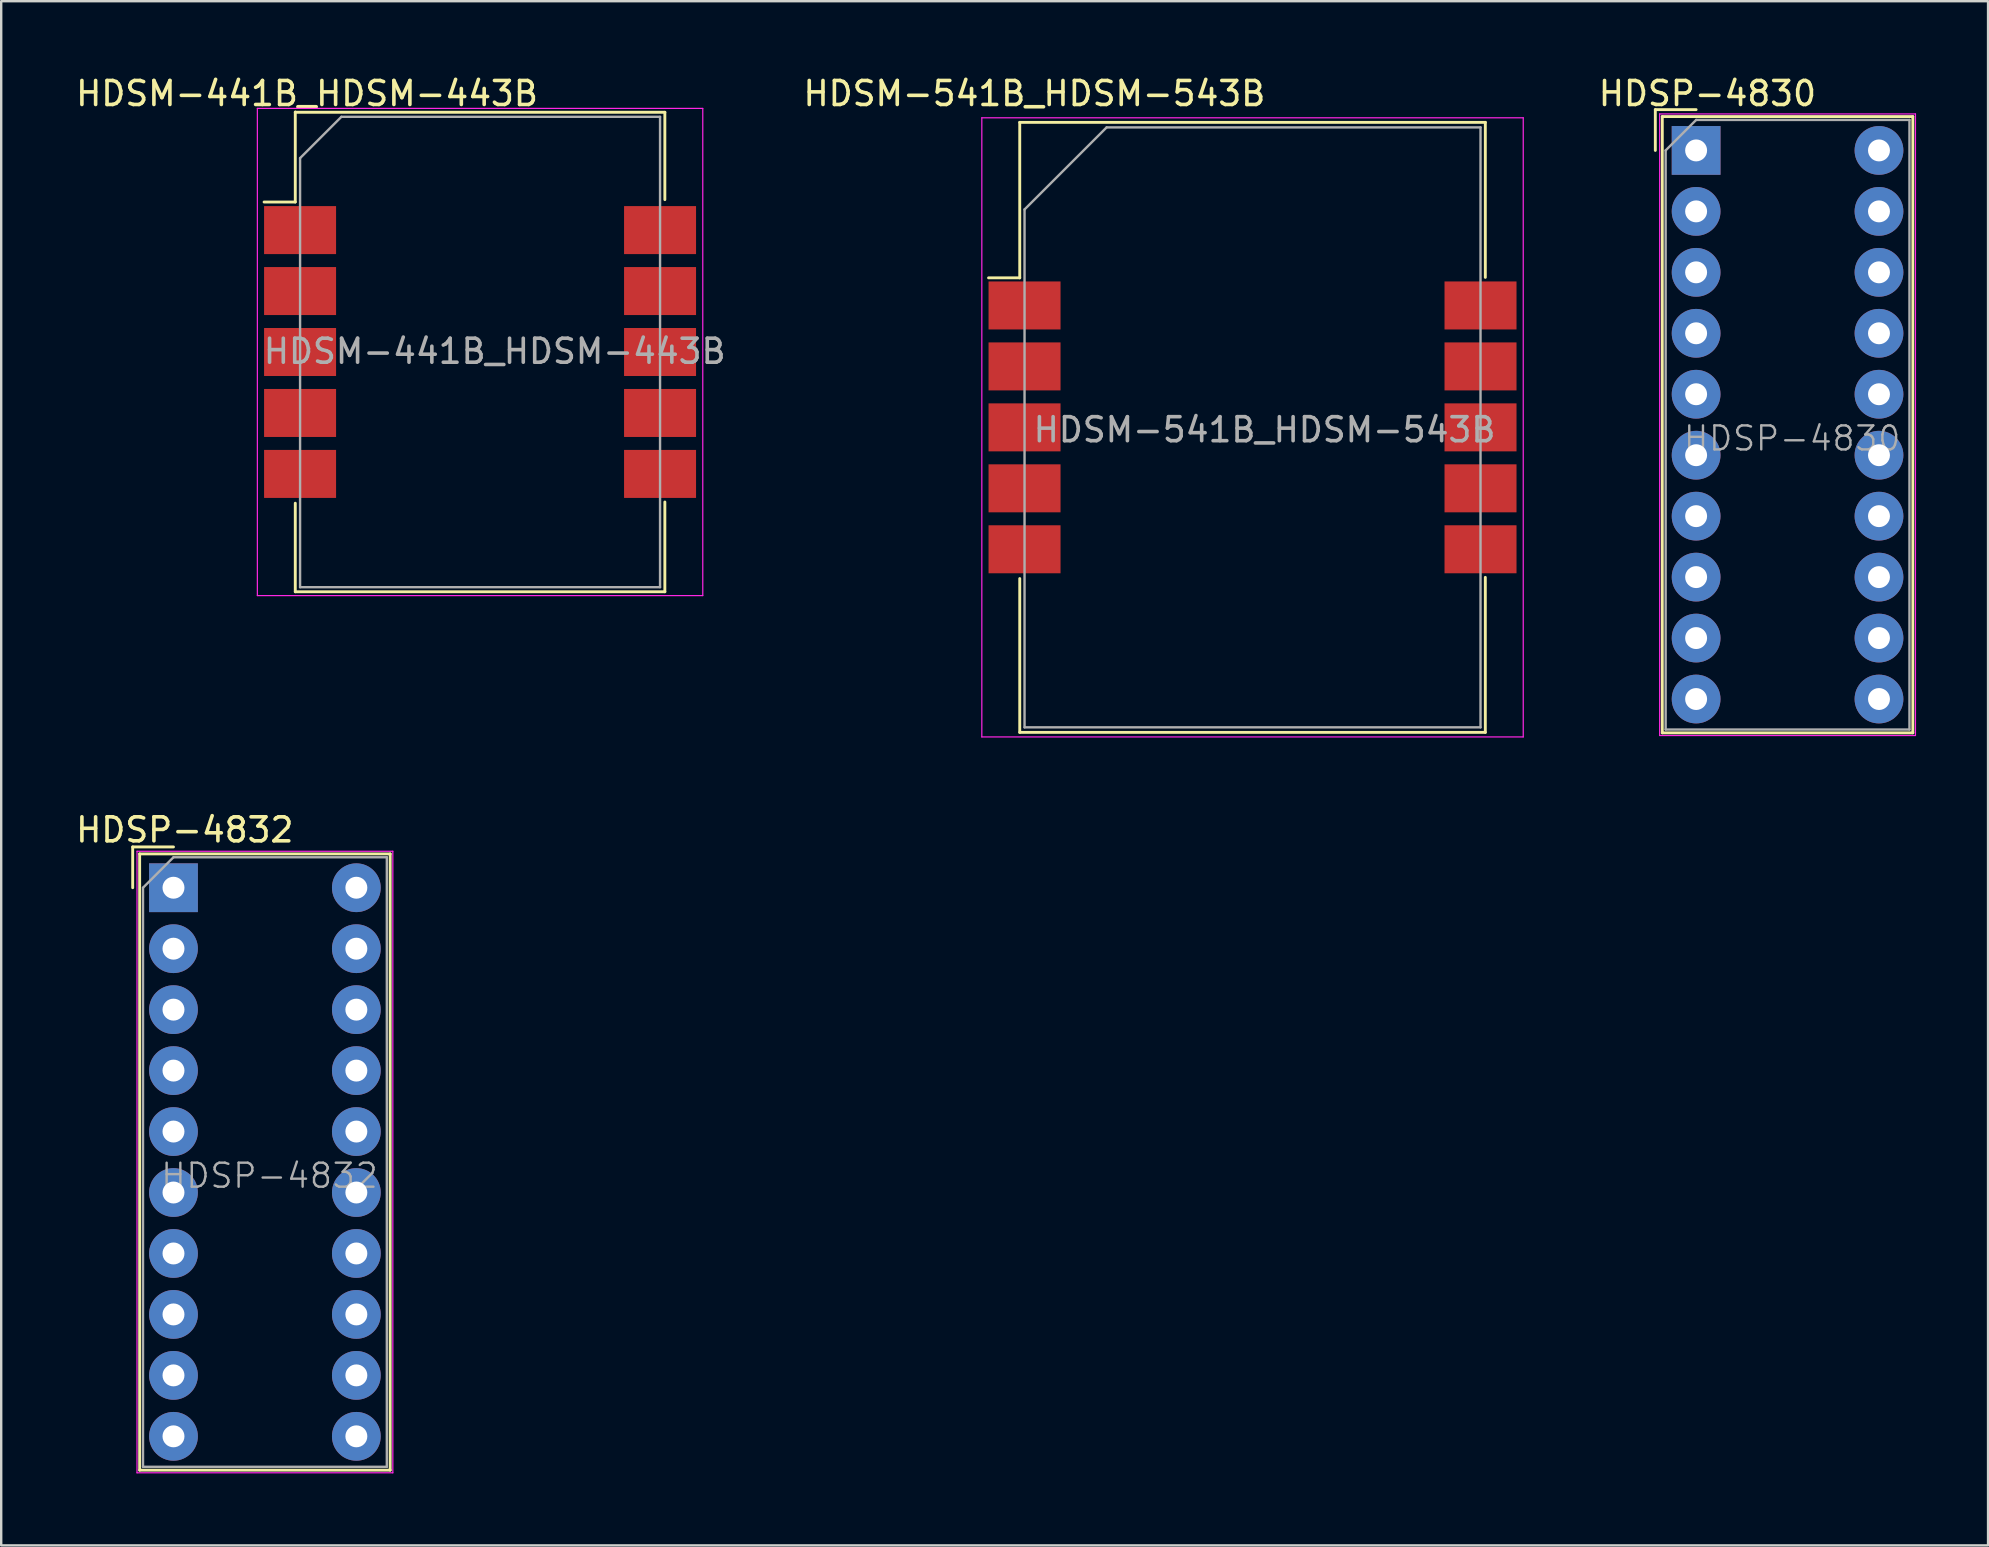
<source format=kicad_pcb>
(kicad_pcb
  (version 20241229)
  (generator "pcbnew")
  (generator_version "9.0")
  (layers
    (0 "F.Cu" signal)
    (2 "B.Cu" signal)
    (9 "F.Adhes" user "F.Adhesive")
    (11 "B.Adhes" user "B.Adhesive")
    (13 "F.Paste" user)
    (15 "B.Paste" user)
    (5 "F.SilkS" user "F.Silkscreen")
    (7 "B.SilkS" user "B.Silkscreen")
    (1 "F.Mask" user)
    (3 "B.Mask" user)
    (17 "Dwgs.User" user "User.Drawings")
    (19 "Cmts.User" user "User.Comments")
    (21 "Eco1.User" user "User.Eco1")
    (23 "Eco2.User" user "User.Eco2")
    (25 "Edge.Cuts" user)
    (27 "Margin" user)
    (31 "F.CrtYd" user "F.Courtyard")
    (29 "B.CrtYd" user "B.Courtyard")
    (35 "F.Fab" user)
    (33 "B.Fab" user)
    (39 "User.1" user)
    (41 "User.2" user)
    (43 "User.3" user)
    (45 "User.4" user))
  (footprint "HDSP-4832"
    (layer "F.Cu")
    (at 4.179 33.941)
    (property "Reference" "HDSP-4832" (at 0.47 -2.41 0) (layer "F.SilkS") (effects (font (size 1 1) (thickness 0.15))))
    (attr through_hole)
    (fp_line (start -1.7 -1.7) (end -1.7 0) (stroke (width 0.12) (type solid)) (layer "F.SilkS"))
    (fp_line (start -1.41 -1.41) (end 9.03 -1.41) (stroke (width 0.12) (type solid)) (layer "F.SilkS"))
    (fp_line (start -1.41 24.27) (end -1.41 -1.41) (stroke (width 0.12) (type solid)) (layer "F.SilkS"))
    (fp_line (start 0 -1.7) (end -1.7 -1.7) (stroke (width 0.12) (type solid)) (layer "F.SilkS"))
    (fp_line (start 9.03 -1.41) (end 9.03 24.27) (stroke (width 0.12) (type solid)) (layer "F.SilkS"))
    (fp_line (start 9.03 24.27) (end -1.41 24.27) (stroke (width 0.12) (type solid)) (layer "F.SilkS"))
    (fp_line (start -1.52 -1.52) (end -1.52 24.38) (stroke (width 0.05) (type solid)) (layer "F.CrtYd"))
    (fp_line (start -1.52 -1.52) (end 9.14 -1.52) (stroke (width 0.05) (type solid)) (layer "F.CrtYd"))
    (fp_line (start -1.52 24.38) (end 9.14 24.38) (stroke (width 0.05) (type solid)) (layer "F.CrtYd"))
    (fp_line (start 9.14 24.38) (end 9.14 -1.52) (stroke (width 0.05) (type solid)) (layer "F.CrtYd"))
    (fp_line (start -1.27 0) (end -1.27 24.13) (stroke (width 0.1) (type solid)) (layer "F.Fab"))
    (fp_line (start -1.27 24.13) (end 8.89 24.13) (stroke (width 0.1) (type solid)) (layer "F.Fab"))
    (fp_line (start 0 -1.27) (end -1.27 0) (stroke (width 0.1) (type solid)) (layer "F.Fab"))
    (fp_line (start 0 -1.27) (end 8.89 -1.27) (stroke (width 0.1) (type solid)) (layer "F.Fab"))
    (fp_line (start 8.89 -1.27) (end 8.89 24.13) (stroke (width 0.1) (type solid)) (layer "F.Fab"))
    (fp_text user "${REFERENCE}" (at 4 12 0) (layer "F.Fab") (effects (font (size 1 1) (thickness 0.1))))
    (pad "1" thru_hole rect (at 0 0 270) (size 2.032 2.032) (drill 0.914) (layers "*.Cu" "*.Mask"))
    (pad "2" thru_hole circle (at 0 2.54 270) (size 2.032 2.032) (drill 0.914) (layers "*.Cu" "*.Mask"))
    (pad "3" thru_hole circle (at 0 5.08 270) (size 2.032 2.032) (drill 0.914) (layers "*.Cu" "*.Mask"))
    (pad "4" thru_hole circle (at 0 7.62 270) (size 2.032 2.032) (drill 0.914) (layers "*.Cu" "*.Mask"))
    (pad "5" thru_hole circle (at 0 10.16 270) (size 2.032 2.032) (drill 0.914) (layers "*.Cu" "*.Mask"))
    (pad "6" thru_hole circle (at 0 12.7 270) (size 2.032 2.032) (drill 0.914) (layers "*.Cu" "*.Mask"))
    (pad "7" thru_hole circle (at 0 15.24 270) (size 2.032 2.032) (drill 0.914) (layers "*.Cu" "*.Mask"))
    (pad "8" thru_hole circle (at 0 17.78 270) (size 2.032 2.032) (drill 0.914) (layers "*.Cu" "*.Mask"))
    (pad "9" thru_hole circle (at 0 20.32 270) (size 2.032 2.032) (drill 0.914) (layers "*.Cu" "*.Mask"))
    (pad "10" thru_hole circle (at 0 22.86 270) (size 2.032 2.032) (drill 0.914) (layers "*.Cu" "*.Mask"))
    (pad "11" thru_hole circle (at 7.62 22.86 270) (size 2.032 2.032) (drill 0.914) (layers "*.Cu" "*.Mask"))
    (pad "12" thru_hole circle (at 7.62 20.32 270) (size 2.032 2.032) (drill 0.914) (layers "*.Cu" "*.Mask"))
    (pad "13" thru_hole circle (at 7.62 17.78 270) (size 2.032 2.032) (drill 0.914) (layers "*.Cu" "*.Mask"))
    (pad "14" thru_hole circle (at 7.62 15.24 270) (size 2.032 2.032) (drill 0.914) (layers "*.Cu" "*.Mask"))
    (pad "15" thru_hole circle (at 7.62 12.7 270) (size 2.032 2.032) (drill 0.914) (layers "*.Cu" "*.Mask"))
    (pad "16" thru_hole circle (at 7.62 10.16 270) (size 2.032 2.032) (drill 0.914) (layers "*.Cu" "*.Mask"))
    (pad "17" thru_hole circle (at 7.62 7.62 270) (size 2.032 2.032) (drill 0.914) (layers "*.Cu" "*.Mask"))
    (pad "18" thru_hole circle (at 7.62 5.08 270) (size 2.032 2.032) (drill 0.914) (layers "*.Cu" "*.Mask"))
    (pad "19" thru_hole circle (at 7.62 2.54 270) (size 2.032 2.032) (drill 0.914) (layers "*.Cu" "*.Mask"))
    (pad "20" thru_hole circle (at 7.62 0 270) (size 2.032 2.032) (drill 0.914) (layers "*.Cu" "*.Mask")))
  (footprint "HDSP-4830"
    (layer "F.Cu")
    (at 67.626 3.218)
    (property "Reference" "HDSP-4830" (at 0.47 -2.37 0) (layer "F.SilkS") (effects (font (size 1 1) (thickness 0.15))))
    (attr through_hole)
    (fp_line (start -1.7 -1.7) (end -1.7 0) (stroke (width 0.12) (type solid)) (layer "F.SilkS"))
    (fp_line (start -1.41 -1.41) (end 9.03 -1.41) (stroke (width 0.12) (type solid)) (layer "F.SilkS"))
    (fp_line (start -1.41 24.27) (end -1.41 -1.41) (stroke (width 0.12) (type solid)) (layer "F.SilkS"))
    (fp_line (start 0 -1.7) (end -1.7 -1.7) (stroke (width 0.12) (type solid)) (layer "F.SilkS"))
    (fp_line (start 9.03 -1.41) (end 9.03 24.27) (stroke (width 0.12) (type solid)) (layer "F.SilkS"))
    (fp_line (start 9.03 24.27) (end -1.41 24.27) (stroke (width 0.12) (type solid)) (layer "F.SilkS"))
    (fp_line (start -1.52 -1.52) (end -1.52 24.38) (stroke (width 0.05) (type solid)) (layer "F.CrtYd"))
    (fp_line (start -1.52 -1.52) (end 9.14 -1.52) (stroke (width 0.05) (type solid)) (layer "F.CrtYd"))
    (fp_line (start -1.52 24.38) (end 9.14 24.38) (stroke (width 0.05) (type solid)) (layer "F.CrtYd"))
    (fp_line (start 9.14 24.38) (end 9.14 -1.52) (stroke (width 0.05) (type solid)) (layer "F.CrtYd"))
    (fp_line (start -1.27 0) (end -1.27 24.13) (stroke (width 0.1) (type solid)) (layer "F.Fab"))
    (fp_line (start -1.27 24.13) (end 8.89 24.13) (stroke (width 0.1) (type solid)) (layer "F.Fab"))
    (fp_line (start 0 -1.27) (end -1.27 0) (stroke (width 0.1) (type solid)) (layer "F.Fab"))
    (fp_line (start 0 -1.27) (end 8.89 -1.27) (stroke (width 0.1) (type solid)) (layer "F.Fab"))
    (fp_line (start 8.89 -1.27) (end 8.89 24.13) (stroke (width 0.1) (type solid)) (layer "F.Fab"))
    (fp_text user "${REFERENCE}" (at 4 12 0) (layer "F.Fab") (effects (font (size 1 1) (thickness 0.1))))
    (pad "1" thru_hole rect (at 0 0 270) (size 2.032 2.032) (drill 0.914) (layers "*.Cu" "*.Mask"))
    (pad "2" thru_hole circle (at 0 2.54 270) (size 2.032 2.032) (drill 0.914) (layers "*.Cu" "*.Mask"))
    (pad "3" thru_hole circle (at 0 5.08 270) (size 2.032 2.032) (drill 0.914) (layers "*.Cu" "*.Mask"))
    (pad "4" thru_hole circle (at 0 7.62 270) (size 2.032 2.032) (drill 0.914) (layers "*.Cu" "*.Mask"))
    (pad "5" thru_hole circle (at 0 10.16 270) (size 2.032 2.032) (drill 0.914) (layers "*.Cu" "*.Mask"))
    (pad "6" thru_hole circle (at 0 12.7 270) (size 2.032 2.032) (drill 0.914) (layers "*.Cu" "*.Mask"))
    (pad "7" thru_hole circle (at 0 15.24 270) (size 2.032 2.032) (drill 0.914) (layers "*.Cu" "*.Mask"))
    (pad "8" thru_hole circle (at 0 17.78 270) (size 2.032 2.032) (drill 0.914) (layers "*.Cu" "*.Mask"))
    (pad "9" thru_hole circle (at 0 20.32 270) (size 2.032 2.032) (drill 0.914) (layers "*.Cu" "*.Mask"))
    (pad "10" thru_hole circle (at 0 22.86 270) (size 2.032 2.032) (drill 0.914) (layers "*.Cu" "*.Mask"))
    (pad "11" thru_hole circle (at 7.62 22.86 270) (size 2.032 2.032) (drill 0.914) (layers "*.Cu" "*.Mask"))
    (pad "12" thru_hole circle (at 7.62 20.32 270) (size 2.032 2.032) (drill 0.914) (layers "*.Cu" "*.Mask"))
    (pad "13" thru_hole circle (at 7.62 17.78 270) (size 2.032 2.032) (drill 0.914) (layers "*.Cu" "*.Mask"))
    (pad "14" thru_hole circle (at 7.62 15.24 270) (size 2.032 2.032) (drill 0.914) (layers "*.Cu" "*.Mask"))
    (pad "15" thru_hole circle (at 7.62 12.7 270) (size 2.032 2.032) (drill 0.914) (layers "*.Cu" "*.Mask"))
    (pad "16" thru_hole circle (at 7.62 10.16 270) (size 2.032 2.032) (drill 0.914) (layers "*.Cu" "*.Mask"))
    (pad "17" thru_hole circle (at 7.62 7.62 270) (size 2.032 2.032) (drill 0.914) (layers "*.Cu" "*.Mask"))
    (pad "18" thru_hole circle (at 7.62 5.08 270) (size 2.032 2.032) (drill 0.914) (layers "*.Cu" "*.Mask"))
    (pad "19" thru_hole circle (at 7.62 2.54 270) (size 2.032 2.032) (drill 0.914) (layers "*.Cu" "*.Mask"))
    (pad "20" thru_hole circle (at 7.62 0 270) (size 2.032 2.032) (drill 0.914) (layers "*.Cu" "*.Mask")))
  (footprint "HDSM-541B_HDSM-543B"
    (layer "F.Cu")
    (at 49.142 14.758)
    (property "Reference" "HDSM-541B_HDSM-543B" (at -9.09 -13.91 0) (layer "F.SilkS") (effects (font (size 1 1) (thickness 0.15))))
    (attr smd)
    (fp_line (start -11 -6.23) (end -9.7 -6.23) (stroke (width 0.12) (type solid)) (layer "F.SilkS"))
    (fp_line (start -9.7 -12.71) (end 9.7 -12.71) (stroke (width 0.12) (type solid)) (layer "F.SilkS"))
    (fp_line (start -9.7 -6.23) (end -9.7 -12.71) (stroke (width 0.12) (type solid)) (layer "F.SilkS"))
    (fp_line (start -9.7 6.3) (end -9.7 12.71) (stroke (width 0.12) (type solid)) (layer "F.SilkS"))
    (fp_line (start -9.7 12.71) (end 9.7 12.71) (stroke (width 0.12) (type solid)) (layer "F.SilkS"))
    (fp_line (start 9.7 -6.25) (end 9.7 -12.71) (stroke (width 0.12) (type solid)) (layer "F.SilkS"))
    (fp_line (start 9.7 6.25) (end 9.7 12.71) (stroke (width 0.12) (type solid)) (layer "F.SilkS"))
    (fp_line (start -11.28 -12.9) (end 11.28 -12.9) (stroke (width 0.05) (type solid)) (layer "F.CrtYd"))
    (fp_line (start -11.28 12.9) (end -11.28 -12.9) (stroke (width 0.05) (type solid)) (layer "F.CrtYd"))
    (fp_line (start 11.28 -12.9) (end 11.28 12.9) (stroke (width 0.05) (type solid)) (layer "F.CrtYd"))
    (fp_line (start 11.28 12.9) (end -11.28 12.9) (stroke (width 0.05) (type solid)) (layer "F.CrtYd"))
    (fp_line (start -9.5 -9.08) (end -6.08 -12.5) (stroke (width 0.1) (type solid)) (layer "F.Fab"))
    (fp_line (start -9.5 12.5) (end -9.5 -9.08) (stroke (width 0.1) (type solid)) (layer "F.Fab"))
    (fp_line (start -6.08 -12.5) (end 9.5 -12.5) (stroke (width 0.1) (type solid)) (layer "F.Fab"))
    (fp_line (start 9.5 -12.5) (end 9.5 12.5) (stroke (width 0.1) (type solid)) (layer "F.Fab"))
    (fp_line (start 9.5 12.5) (end -9.5 12.5) (stroke (width 0.1) (type solid)) (layer "F.Fab"))
    (fp_text user "${REFERENCE}" (at 0.5 0.1 0) (layer "F.Fab") (effects (font (size 1 1) (thickness 0.15))))
    (pad "1" smd rect (at -9.5 -5.08) (size 3 2) (layers "F.Cu" "F.Mask" "F.Paste"))
    (pad "2" smd rect (at -9.5 -2.54) (size 3 2) (layers "F.Cu" "F.Mask" "F.Paste"))
    (pad "3" smd rect (at -9.5 0) (size 3 2) (layers "F.Cu" "F.Mask" "F.Paste"))
    (pad "4" smd rect (at -9.5 2.54) (size 3 2) (layers "F.Cu" "F.Mask" "F.Paste"))
    (pad "5" smd rect (at -9.5 5.08) (size 3 2) (layers "F.Cu" "F.Mask" "F.Paste"))
    (pad "6" smd rect (at 9.5 5.08) (size 3 2) (layers "F.Cu" "F.Mask" "F.Paste"))
    (pad "7" smd rect (at 9.5 2.54) (size 3 2) (layers "F.Cu" "F.Mask" "F.Paste"))
    (pad "8" smd rect (at 9.5 0) (size 3 2) (layers "F.Cu" "F.Mask" "F.Paste"))
    (pad "9" smd rect (at 9.5 -2.54) (size 3 2) (layers "F.Cu" "F.Mask" "F.Paste"))
    (pad "10" smd rect (at 9.5 -5.08) (size 3 2) (layers "F.Cu" "F.Mask" "F.Paste")))
  (footprint "HDSM-441B_HDSM-443B"
    (layer "F.Cu")
    (at 16.954 11.618)
    (property "Reference" "HDSM-441B_HDSM-443B" (at -7.21 -10.77 0) (layer "F.SilkS") (effects (font (size 1 1) (thickness 0.15))))
    (attr smd)
    (fp_line (start -9 -6.25) (end -7.7 -6.25) (stroke (width 0.12) (type solid)) (layer "F.SilkS"))
    (fp_line (start -7.7 -9.99) (end 7.7 -9.99) (stroke (width 0.12) (type solid)) (layer "F.SilkS"))
    (fp_line (start -7.7 -6.25) (end -7.7 -10) (stroke (width 0.12) (type solid)) (layer "F.SilkS"))
    (fp_line (start -7.7 6.3) (end -7.7 9.99) (stroke (width 0.12) (type solid)) (layer "F.SilkS"))
    (fp_line (start 7.7 -9.99) (end 7.7 -6.35) (stroke (width 0.12) (type solid)) (layer "F.SilkS"))
    (fp_line (start 7.7 6.25) (end 7.7 9.99) (stroke (width 0.12) (type solid)) (layer "F.SilkS"))
    (fp_line (start 7.7 9.99) (end -7.7 9.99) (stroke (width 0.12) (type solid)) (layer "F.SilkS"))
    (fp_line (start -9.28 -10.15) (end 9.28 -10.15) (stroke (width 0.05) (type solid)) (layer "F.CrtYd"))
    (fp_line (start -9.28 10.15) (end -9.28 -10.15) (stroke (width 0.05) (type solid)) (layer "F.CrtYd"))
    (fp_line (start 9.28 -10.15) (end 9.28 10.15) (stroke (width 0.05) (type solid)) (layer "F.CrtYd"))
    (fp_line (start 9.28 10.15) (end -9.28 10.15) (stroke (width 0.05) (type solid)) (layer "F.CrtYd"))
    (fp_line (start -7.5 -8.08) (end -7.5 9.8) (stroke (width 0.1) (type solid)) (layer "F.Fab"))
    (fp_line (start -7.5 -8.08) (end -5.78 -9.8) (stroke (width 0.1) (type solid)) (layer "F.Fab"))
    (fp_line (start 7.5 -9.8) (end -5.78 -9.8) (stroke (width 0.1) (type solid)) (layer "F.Fab"))
    (fp_line (start 7.5 -9.8) (end 7.5 9.8) (stroke (width 0.1) (type solid)) (layer "F.Fab"))
    (fp_line (start 7.5 9.8) (end -7.5 9.8) (stroke (width 0.1) (type solid)) (layer "F.Fab"))
    (fp_text user "${REFERENCE}" (at 0.61 -0.03 0) (layer "F.Fab") (effects (font (size 1 1) (thickness 0.15))))
    (pad "1" smd rect (at -7.5 -5.08 270) (size 2 3) (layers "F.Cu" "F.Mask" "F.Paste"))
    (pad "2" smd rect (at -7.5 -2.54 270) (size 2 3) (layers "F.Cu" "F.Mask" "F.Paste"))
    (pad "3" smd rect (at -7.5 0 270) (size 2 3) (layers "F.Cu" "F.Mask" "F.Paste"))
    (pad "4" smd rect (at -7.5 2.54 270) (size 2 3) (layers "F.Cu" "F.Mask" "F.Paste"))
    (pad "5" smd rect (at -7.5 5.08 270) (size 2 3) (layers "F.Cu" "F.Mask" "F.Paste"))
    (pad "6" smd rect (at 7.5 5.08 270) (size 2 3) (layers "F.Cu" "F.Mask" "F.Paste"))
    (pad "7" smd rect (at 7.5 2.54 270) (size 2 3) (layers "F.Cu" "F.Mask" "F.Paste"))
    (pad "8" smd rect (at 7.5 0 270) (size 2 3) (layers "F.Cu" "F.Mask" "F.Paste"))
    (pad "9" smd rect (at 7.5 -2.54 270) (size 2 3) (layers "F.Cu" "F.Mask" "F.Paste"))
    (pad "10" smd rect (at 7.5 -5.08 270) (size 2 3) (layers "F.Cu" "F.Mask" "F.Paste")))
  (gr_rect
    (start -3 -3)
    (end 79.791 61.346)
    (stroke (width 0.1) (type default))
    (fill no)
    (layer "Edge.Cuts")))
</source>
